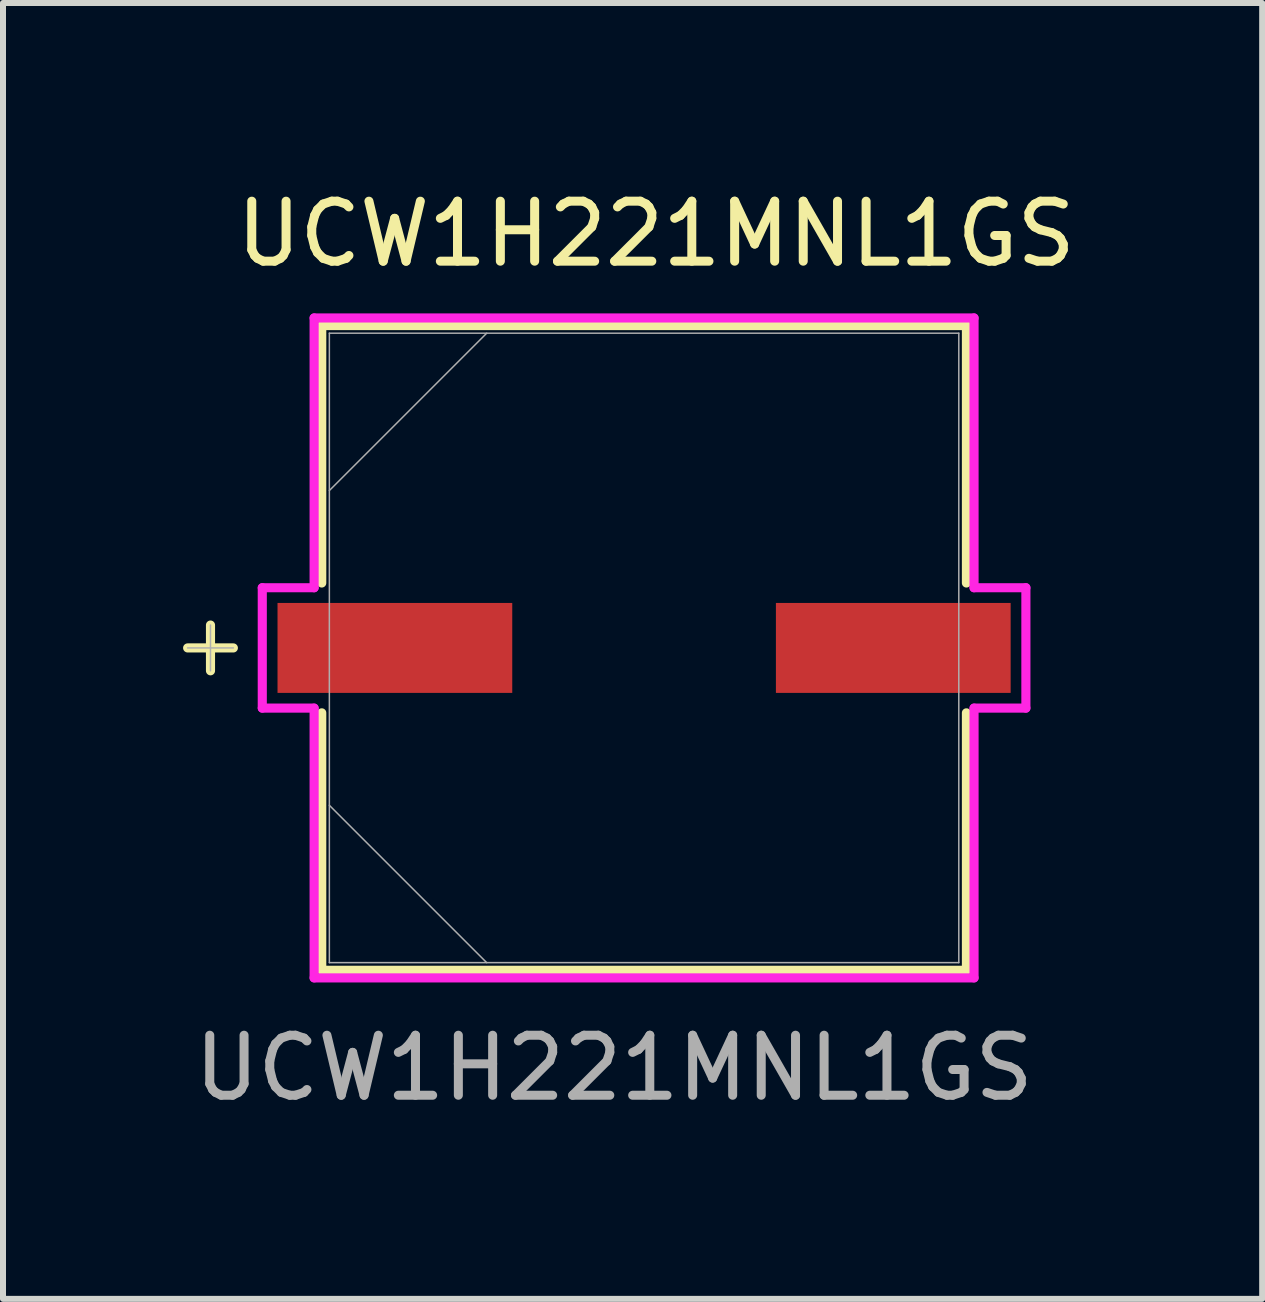
<source format=kicad_pcb>
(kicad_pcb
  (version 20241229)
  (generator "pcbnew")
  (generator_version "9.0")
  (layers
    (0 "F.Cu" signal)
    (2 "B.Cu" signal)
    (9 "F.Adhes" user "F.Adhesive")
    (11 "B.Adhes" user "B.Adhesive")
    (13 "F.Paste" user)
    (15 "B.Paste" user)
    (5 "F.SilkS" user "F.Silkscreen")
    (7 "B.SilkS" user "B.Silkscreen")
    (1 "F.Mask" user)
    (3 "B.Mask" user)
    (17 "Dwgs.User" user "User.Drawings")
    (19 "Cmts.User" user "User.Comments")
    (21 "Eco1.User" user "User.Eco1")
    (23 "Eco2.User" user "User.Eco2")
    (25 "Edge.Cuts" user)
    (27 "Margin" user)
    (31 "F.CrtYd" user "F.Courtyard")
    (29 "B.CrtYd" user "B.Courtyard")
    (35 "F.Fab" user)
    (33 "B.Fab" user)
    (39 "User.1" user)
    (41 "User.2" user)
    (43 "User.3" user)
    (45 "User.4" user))
  (footprint "UCW1H221MNL1GS"
    (layer "F.Cu")
    (at 7.684 7.748)
    (property "Reference" "UCW1H221MNL1GS" (at 0.2 -6.9 0) (unlocked yes) (layer "F.SilkS") (effects (font (size 1 1) (thickness 0.15))))
    (attr smd)
    (fp_line (start -7.226 -0.381) (end -7.226 0.381) (stroke (width 0.152) (type solid)) (layer "F.SilkS"))
    (fp_line (start -6.845 0) (end -7.607 0) (stroke (width 0.152) (type solid)) (layer "F.SilkS"))
    (fp_line (start -5.372 -5.372) (end -5.372 -1.082) (stroke (width 0.152) (type solid)) (layer "F.SilkS"))
    (fp_line (start -5.372 1.082) (end -5.372 5.372) (stroke (width 0.152) (type solid)) (layer "F.SilkS"))
    (fp_line (start -5.372 5.372) (end 5.372 5.372) (stroke (width 0.152) (type solid)) (layer "F.SilkS"))
    (fp_line (start 5.372 -5.372) (end -5.372 -5.372) (stroke (width 0.152) (type solid)) (layer "F.SilkS"))
    (fp_line (start 5.372 -1.082) (end 5.372 -5.372) (stroke (width 0.152) (type solid)) (layer "F.SilkS"))
    (fp_line (start 5.372 5.372) (end 5.372 1.082) (stroke (width 0.152) (type solid)) (layer "F.SilkS"))
    (fp_line (start -6.363 -1.003) (end -5.499 -1.003) (stroke (width 0.152) (type solid)) (layer "F.CrtYd"))
    (fp_line (start -6.363 1.003) (end -6.363 -1.003) (stroke (width 0.152) (type solid)) (layer "F.CrtYd"))
    (fp_line (start -5.499 -5.499) (end 5.499 -5.499) (stroke (width 0.152) (type solid)) (layer "F.CrtYd"))
    (fp_line (start -5.499 -1.003) (end -5.499 -5.499) (stroke (width 0.152) (type solid)) (layer "F.CrtYd"))
    (fp_line (start -5.499 1.003) (end -6.363 1.003) (stroke (width 0.152) (type solid)) (layer "F.CrtYd"))
    (fp_line (start -5.499 5.499) (end -5.499 1.003) (stroke (width 0.152) (type solid)) (layer "F.CrtYd"))
    (fp_line (start 5.499 -5.499) (end 5.499 -1.003) (stroke (width 0.152) (type solid)) (layer "F.CrtYd"))
    (fp_line (start 5.499 -1.003) (end 6.363 -1.003) (stroke (width 0.152) (type solid)) (layer "F.CrtYd"))
    (fp_line (start 5.499 1.003) (end 5.499 5.499) (stroke (width 0.152) (type solid)) (layer "F.CrtYd"))
    (fp_line (start 5.499 5.499) (end -5.499 5.499) (stroke (width 0.152) (type solid)) (layer "F.CrtYd"))
    (fp_line (start 6.363 -1.003) (end 6.363 1.003) (stroke (width 0.152) (type solid)) (layer "F.CrtYd"))
    (fp_line (start 6.363 1.003) (end 5.499 1.003) (stroke (width 0.152) (type solid)) (layer "F.CrtYd"))
    (fp_line (start -7.226 -0.381) (end -7.226 0.381) (stroke (width 0.025) (type solid)) (layer "F.Fab"))
    (fp_line (start -6.845 0) (end -7.607 0) (stroke (width 0.025) (type solid)) (layer "F.Fab"))
    (fp_line (start -5.245 -5.245) (end -5.245 5.245) (stroke (width 0.025) (type solid)) (layer "F.Fab"))
    (fp_line (start -5.245 -2.623) (end -2.623 -5.245) (stroke (width 0.025) (type solid)) (layer "F.Fab"))
    (fp_line (start -5.245 2.623) (end -2.623 5.245) (stroke (width 0.025) (type solid)) (layer "F.Fab"))
    (fp_line (start -5.245 5.245) (end 5.245 5.245) (stroke (width 0.025) (type solid)) (layer "F.Fab"))
    (fp_line (start 5.245 -5.245) (end -5.245 -5.245) (stroke (width 0.025) (type solid)) (layer "F.Fab"))
    (fp_line (start 5.245 5.245) (end 5.245 -5.245) (stroke (width 0.025) (type solid)) (layer "F.Fab"))
    (fp_text user "${REFERENCE}" (at -0.5 7 0) (unlocked yes) (layer "F.Fab") (effects (font (size 1 1) (thickness 0.15))))
    (pad "1" smd rect (at -4.153 0) (size 3.912 1.499) (layers "F.Cu" "F.Mask" "F.Paste"))
    (pad "2" smd rect (at 4.153 0) (size 3.912 1.499) (layers "F.Cu" "F.Mask" "F.Paste"))
    (zone (net_name "") (layer "F.Cu") (hatch full 0.508) (connect_pads) (min_thickness 0.254) (filled_areas_thickness no) (keepout (tracks not_allowed) (vias not_allowed) (pads allowed) (copperpour not_allowed) (footprints allowed)) (placement (enabled no)) (fill) (polygon (pts (xy 2.489 2.554) (xy 12.878 2.554) (xy 12.878 6.948) (xy 2.489 6.948))))
    (zone (net_name "") (layer "F.Cu") (hatch full 0.508) (connect_pads) (min_thickness 0.254) (filled_areas_thickness no) (keepout (tracks not_allowed) (vias not_allowed) (pads allowed) (copperpour not_allowed) (footprints allowed)) (placement (enabled no)) (fill) (polygon (pts (xy 2.489 8.548) (xy 12.878 8.548) (xy 12.878 12.943) (xy 2.489 12.943))))
    (zone (net_name "") (layer "F.Cu") (hatch full 0.508) (connect_pads) (min_thickness 0.254) (filled_areas_thickness no) (keepout (tracks not_allowed) (vias not_allowed) (pads allowed) (copperpour not_allowed) (footprints allowed)) (placement (enabled no)) (fill) (polygon (pts (xy 5.334 6.948) (xy 10.033 6.948) (xy 10.033 8.548) (xy 5.334 8.548)))))
  (gr_rect
    (start -3 -3)
    (end 17.985 18.596)
    (stroke (width 0.1) (type default))
    (fill no)
    (layer "Edge.Cuts")))
</source>
